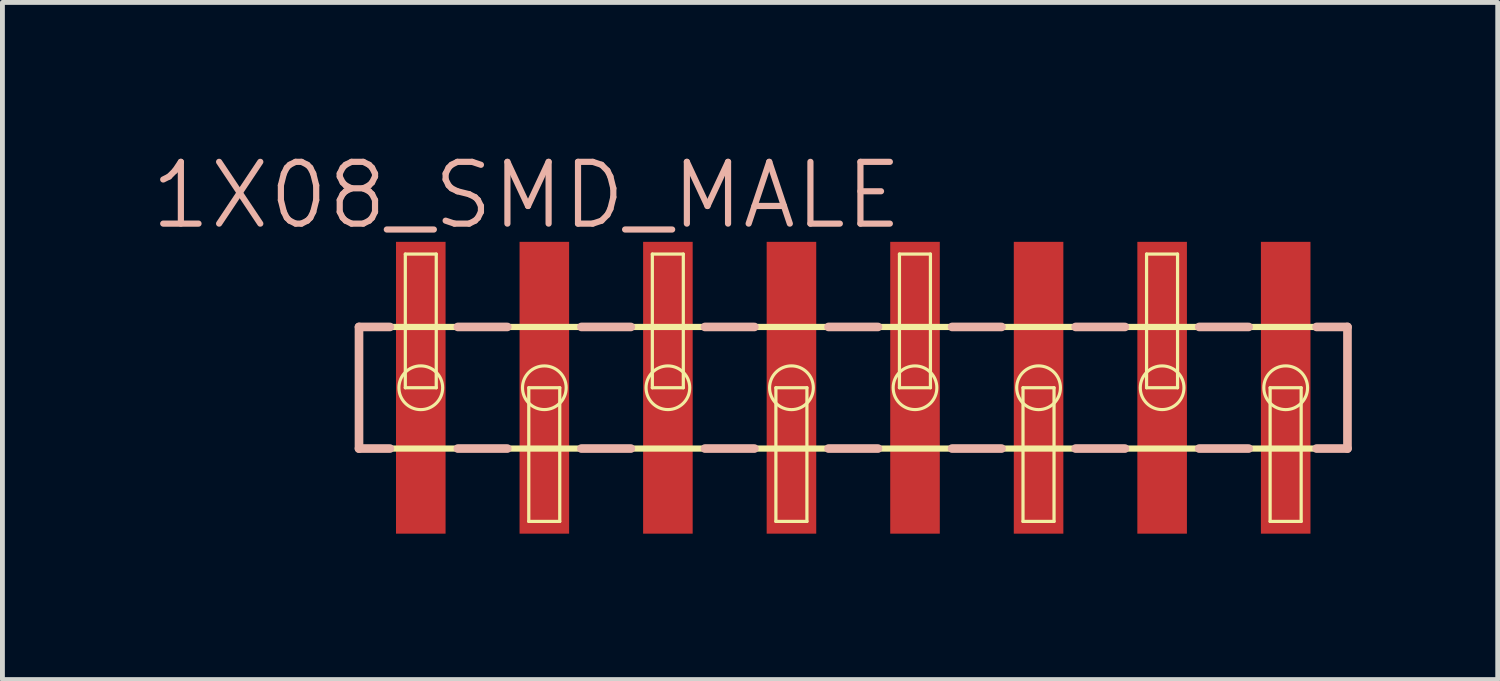
<source format=kicad_pcb>
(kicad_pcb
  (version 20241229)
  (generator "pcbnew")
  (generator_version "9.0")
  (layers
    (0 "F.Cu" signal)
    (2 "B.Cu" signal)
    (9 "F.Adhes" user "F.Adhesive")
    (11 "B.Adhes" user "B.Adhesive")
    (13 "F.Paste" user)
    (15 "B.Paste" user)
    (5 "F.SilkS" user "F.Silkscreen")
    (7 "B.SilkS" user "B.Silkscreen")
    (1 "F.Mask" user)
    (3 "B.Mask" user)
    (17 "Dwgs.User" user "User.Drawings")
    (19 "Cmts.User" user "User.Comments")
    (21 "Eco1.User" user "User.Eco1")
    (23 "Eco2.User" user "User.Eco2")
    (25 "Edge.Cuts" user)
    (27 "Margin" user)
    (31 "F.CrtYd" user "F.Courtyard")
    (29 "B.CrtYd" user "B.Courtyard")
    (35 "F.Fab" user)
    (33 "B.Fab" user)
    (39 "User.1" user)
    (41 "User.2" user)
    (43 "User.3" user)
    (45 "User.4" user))
  (footprint "1X08_SMD_MALE"
    (layer "F.Cu")
    (at 5.6 4.921)
    (property "Reference" "1X08_SMD_MALE" (at 2.174 -3.955 0) (layer "B.SilkS") (effects (font (size 1.27 1.27) (thickness 0.127))))
    (attr smd)
    (fp_line (start -1.27 -1.25) (end -1.27 1.25) (stroke (width 0.127) (type solid)) (layer "F.SilkS"))
    (fp_line (start -1.27 1.25) (end 19.05 1.25) (stroke (width 0.127) (type solid)) (layer "F.SilkS"))
    (fp_line (start -0.318 -2.748) (end 0.318 -2.748) (stroke (width 0.066) (type solid)) (layer "F.SilkS"))
    (fp_line (start -0.318 0) (end -0.318 -2.748) (stroke (width 0.066) (type solid)) (layer "F.SilkS"))
    (fp_line (start -0.318 0) (end 0.318 0) (stroke (width 0.066) (type solid)) (layer "F.SilkS"))
    (fp_line (start 0.318 0) (end 0.318 -2.748) (stroke (width 0.066) (type solid)) (layer "F.SilkS"))
    (fp_line (start 2.22 0) (end 2.857 0) (stroke (width 0.066) (type solid)) (layer "F.SilkS"))
    (fp_line (start 2.22 2.748) (end 2.22 0) (stroke (width 0.066) (type solid)) (layer "F.SilkS"))
    (fp_line (start 2.22 2.748) (end 2.857 2.748) (stroke (width 0.066) (type solid)) (layer "F.SilkS"))
    (fp_line (start 2.857 2.748) (end 2.857 0) (stroke (width 0.066) (type solid)) (layer "F.SilkS"))
    (fp_line (start 4.76 -2.748) (end 5.397 -2.748) (stroke (width 0.066) (type solid)) (layer "F.SilkS"))
    (fp_line (start 4.76 0) (end 4.76 -2.748) (stroke (width 0.066) (type solid)) (layer "F.SilkS"))
    (fp_line (start 4.76 0) (end 5.397 0) (stroke (width 0.066) (type solid)) (layer "F.SilkS"))
    (fp_line (start 5.397 0) (end 5.397 -2.748) (stroke (width 0.066) (type solid)) (layer "F.SilkS"))
    (fp_line (start 7.3 0) (end 7.938 0) (stroke (width 0.066) (type solid)) (layer "F.SilkS"))
    (fp_line (start 7.3 2.748) (end 7.3 0) (stroke (width 0.066) (type solid)) (layer "F.SilkS"))
    (fp_line (start 7.3 2.748) (end 7.938 2.748) (stroke (width 0.066) (type solid)) (layer "F.SilkS"))
    (fp_line (start 7.938 2.748) (end 7.938 0) (stroke (width 0.066) (type solid)) (layer "F.SilkS"))
    (fp_line (start 9.84 -2.748) (end 10.477 -2.748) (stroke (width 0.066) (type solid)) (layer "F.SilkS"))
    (fp_line (start 9.84 0) (end 9.84 -2.748) (stroke (width 0.066) (type solid)) (layer "F.SilkS"))
    (fp_line (start 9.84 0) (end 10.477 0) (stroke (width 0.066) (type solid)) (layer "F.SilkS"))
    (fp_line (start 10.477 0) (end 10.477 -2.748) (stroke (width 0.066) (type solid)) (layer "F.SilkS"))
    (fp_line (start 12.38 0) (end 13.018 0) (stroke (width 0.066) (type solid)) (layer "F.SilkS"))
    (fp_line (start 12.38 2.748) (end 12.38 0) (stroke (width 0.066) (type solid)) (layer "F.SilkS"))
    (fp_line (start 12.38 2.748) (end 13.018 2.748) (stroke (width 0.066) (type solid)) (layer "F.SilkS"))
    (fp_line (start 13.018 2.748) (end 13.018 0) (stroke (width 0.066) (type solid)) (layer "F.SilkS"))
    (fp_line (start 14.92 -2.748) (end 15.557 -2.748) (stroke (width 0.066) (type solid)) (layer "F.SilkS"))
    (fp_line (start 14.92 0) (end 14.92 -2.748) (stroke (width 0.066) (type solid)) (layer "F.SilkS"))
    (fp_line (start 14.92 0) (end 15.557 0) (stroke (width 0.066) (type solid)) (layer "F.SilkS"))
    (fp_line (start 15.557 0) (end 15.557 -2.748) (stroke (width 0.066) (type solid)) (layer "F.SilkS"))
    (fp_line (start 17.46 0) (end 18.098 0) (stroke (width 0.066) (type solid)) (layer "F.SilkS"))
    (fp_line (start 17.46 2.748) (end 17.46 0) (stroke (width 0.066) (type solid)) (layer "F.SilkS"))
    (fp_line (start 17.46 2.748) (end 18.098 2.748) (stroke (width 0.066) (type solid)) (layer "F.SilkS"))
    (fp_line (start 18.098 2.748) (end 18.098 0) (stroke (width 0.066) (type solid)) (layer "F.SilkS"))
    (fp_line (start 19.05 -1.25) (end -1.27 -1.25) (stroke (width 0.127) (type solid)) (layer "F.SilkS"))
    (fp_line (start 19.05 1.25) (end 19.05 -1.25) (stroke (width 0.127) (type solid)) (layer "F.SilkS"))
    (fp_circle (center 0 0) (end -0.318 0.318) (stroke (width 0.064) (type solid)) (fill no) (layer "F.SilkS"))
    (fp_circle (center 2.54 0) (end 2.857 0.318) (stroke (width 0.064) (type solid)) (fill no) (layer "F.SilkS"))
    (fp_circle (center 5.08 0) (end 5.397 0.318) (stroke (width 0.064) (type solid)) (fill no) (layer "F.SilkS"))
    (fp_circle (center 7.62 0) (end 7.938 0.318) (stroke (width 0.064) (type solid)) (fill no) (layer "F.SilkS"))
    (fp_circle (center 10.16 0) (end 10.477 0.318) (stroke (width 0.064) (type solid)) (fill no) (layer "F.SilkS"))
    (fp_circle (center 12.7 0) (end 13.018 0.318) (stroke (width 0.064) (type solid)) (fill no) (layer "F.SilkS"))
    (fp_circle (center 15.24 0) (end 15.557 0.318) (stroke (width 0.064) (type solid)) (fill no) (layer "F.SilkS"))
    (fp_circle (center 17.78 0) (end 18.098 0.318) (stroke (width 0.064) (type solid)) (fill no) (layer "F.SilkS"))
    (fp_line (start -1.27 -1.25) (end -1.27 1.25) (stroke (width 0.178) (type solid)) (layer "B.SilkS"))
    (fp_line (start -1.27 -1.25) (end -0.635 -1.25) (stroke (width 0.178) (type solid)) (layer "B.SilkS"))
    (fp_line (start -1.27 1.25) (end -0.635 1.25) (stroke (width 0.178) (type solid)) (layer "B.SilkS"))
    (fp_line (start 0.762 -1.25) (end 1.778 -1.25) (stroke (width 0.178) (type solid)) (layer "B.SilkS"))
    (fp_line (start 1.778 1.25) (end 0.762 1.25) (stroke (width 0.178) (type solid)) (layer "B.SilkS"))
    (fp_line (start 3.302 -1.25) (end 4.318 -1.25) (stroke (width 0.178) (type solid)) (layer "B.SilkS"))
    (fp_line (start 4.318 1.25) (end 3.302 1.25) (stroke (width 0.178) (type solid)) (layer "B.SilkS"))
    (fp_line (start 5.842 -1.25) (end 6.858 -1.25) (stroke (width 0.178) (type solid)) (layer "B.SilkS"))
    (fp_line (start 6.858 1.25) (end 5.842 1.25) (stroke (width 0.178) (type solid)) (layer "B.SilkS"))
    (fp_line (start 8.382 -1.25) (end 9.398 -1.25) (stroke (width 0.178) (type solid)) (layer "B.SilkS"))
    (fp_line (start 9.398 1.25) (end 8.382 1.25) (stroke (width 0.178) (type solid)) (layer "B.SilkS"))
    (fp_line (start 10.922 -1.25) (end 11.938 -1.25) (stroke (width 0.178) (type solid)) (layer "B.SilkS"))
    (fp_line (start 11.938 1.25) (end 10.922 1.25) (stroke (width 0.178) (type solid)) (layer "B.SilkS"))
    (fp_line (start 13.462 -1.25) (end 14.475 -1.25) (stroke (width 0.178) (type solid)) (layer "B.SilkS"))
    (fp_line (start 14.475 1.25) (end 13.462 1.25) (stroke (width 0.178) (type solid)) (layer "B.SilkS"))
    (fp_line (start 16.002 -1.25) (end 17.018 -1.25) (stroke (width 0.178) (type solid)) (layer "B.SilkS"))
    (fp_line (start 17.018 1.25) (end 16.002 1.25) (stroke (width 0.178) (type solid)) (layer "B.SilkS"))
    (fp_line (start 19.05 -1.25) (end 18.415 -1.25) (stroke (width 0.178) (type solid)) (layer "B.SilkS"))
    (fp_line (start 19.05 1.25) (end 18.415 1.25) (stroke (width 0.178) (type solid)) (layer "B.SilkS"))
    (fp_line (start 19.05 1.25) (end 19.05 -1.25) (stroke (width 0.178) (type solid)) (layer "B.SilkS"))
    (pad "1" smd rect (at 0 0) (size 1.019 5.999) (layers "F.Cu" "F.Mask" "F.Paste"))
    (pad "2" smd rect (at 2.54 0) (size 1.019 5.999) (layers "F.Cu" "F.Mask" "F.Paste"))
    (pad "3" smd rect (at 5.08 0) (size 1.019 5.999) (layers "F.Cu" "F.Mask" "F.Paste"))
    (pad "4" smd rect (at 7.62 0) (size 1.019 5.999) (layers "F.Cu" "F.Mask" "F.Paste"))
    (pad "5" smd rect (at 10.16 0) (size 1.019 5.999) (layers "F.Cu" "F.Mask" "F.Paste"))
    (pad "6" smd rect (at 12.7 0) (size 1.019 5.999) (layers "F.Cu" "F.Mask" "F.Paste"))
    (pad "7" smd rect (at 15.24 0) (size 1.019 5.999) (layers "F.Cu" "F.Mask" "F.Paste"))
    (pad "8" smd rect (at 17.78 0) (size 1.019 5.999) (layers "F.Cu" "F.Mask" "F.Paste")))
  (gr_rect
    (start -3 -3)
    (end 27.739 10.92)
    (stroke (width 0.1) (type default))
    (fill no)
    (layer "Edge.Cuts")))
</source>
